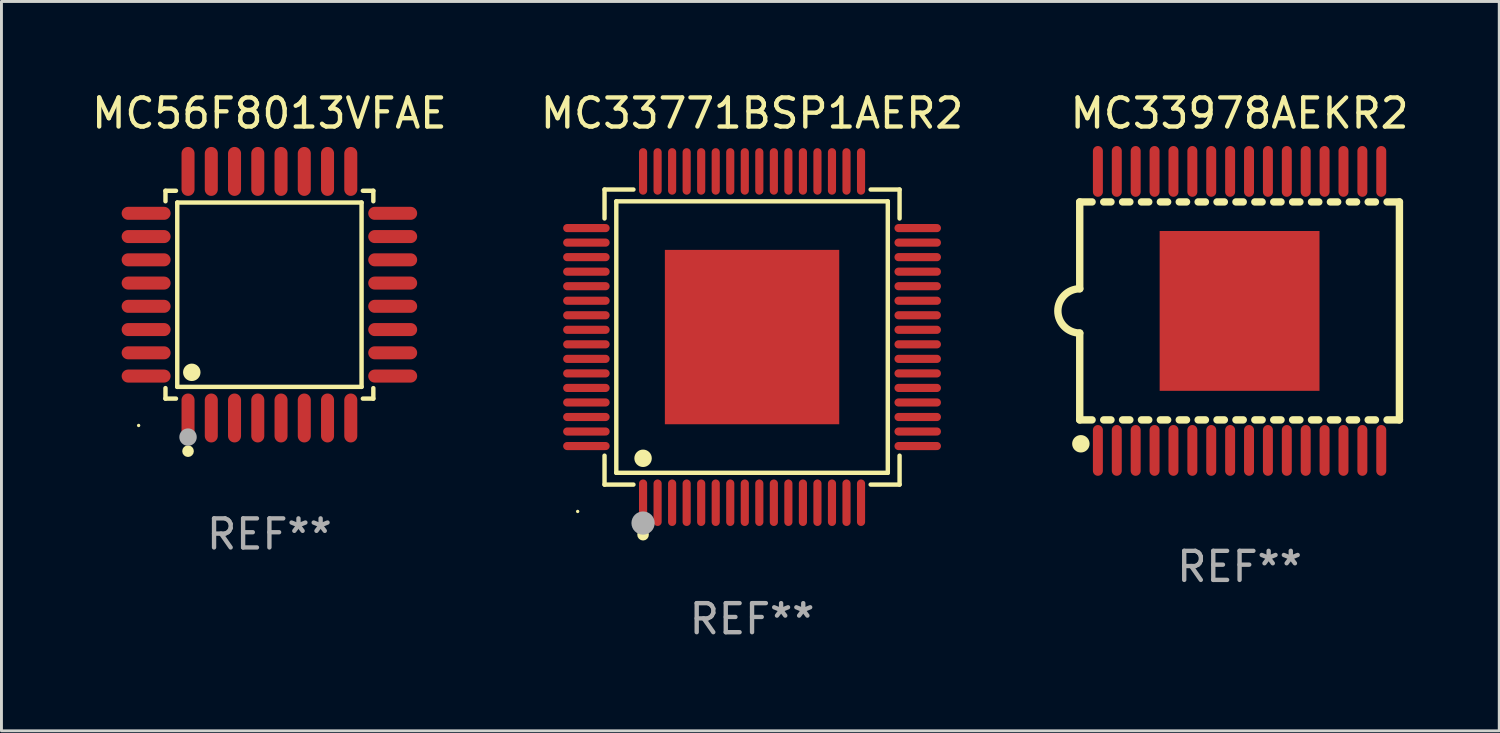
<source format=kicad_pcb>
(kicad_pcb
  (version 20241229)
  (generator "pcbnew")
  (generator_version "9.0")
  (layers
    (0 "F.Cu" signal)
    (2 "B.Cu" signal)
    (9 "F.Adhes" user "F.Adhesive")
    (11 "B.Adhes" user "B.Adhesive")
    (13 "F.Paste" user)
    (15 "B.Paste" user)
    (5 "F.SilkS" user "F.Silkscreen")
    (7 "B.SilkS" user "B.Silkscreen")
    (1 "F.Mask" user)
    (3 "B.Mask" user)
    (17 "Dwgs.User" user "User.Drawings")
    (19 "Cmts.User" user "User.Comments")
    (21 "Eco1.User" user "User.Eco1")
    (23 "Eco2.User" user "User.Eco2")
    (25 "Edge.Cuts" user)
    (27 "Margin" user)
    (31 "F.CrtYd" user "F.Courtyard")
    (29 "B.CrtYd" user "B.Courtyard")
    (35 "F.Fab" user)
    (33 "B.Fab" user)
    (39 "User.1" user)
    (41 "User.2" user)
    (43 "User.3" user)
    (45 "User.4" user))
  (footprint "MC33771BSP1AER2"
    (layer "F.Cu")
    (at 22.827 8.548)
    (property "Reference" "MC33771BSP1AER2" (at 0 -7.7 0) (layer "F.SilkS") (effects (font (size 1 1) (thickness 0.15))))
    (attr through_hole)
    (fp_line (start -5.076 -5.076) (end -4.081 -5.076) (stroke (width 0.152) (type solid)) (layer "F.SilkS"))
    (fp_line (start -5.076 -4.081) (end -5.076 -5.076) (stroke (width 0.152) (type solid)) (layer "F.SilkS"))
    (fp_line (start -5.076 4.081) (end -5.076 5.076) (stroke (width 0.152) (type solid)) (layer "F.SilkS"))
    (fp_line (start -5.076 5.076) (end -4.081 5.076) (stroke (width 0.152) (type solid)) (layer "F.SilkS"))
    (fp_line (start -4.671 -4.671) (end 4.671 -4.671) (stroke (width 0.152) (type solid)) (layer "F.SilkS"))
    (fp_line (start -4.671 4.671) (end -4.671 -4.671) (stroke (width 0.152) (type solid)) (layer "F.SilkS"))
    (fp_line (start 4.671 -4.671) (end 4.671 4.671) (stroke (width 0.152) (type solid)) (layer "F.SilkS"))
    (fp_line (start 4.671 4.671) (end -4.671 4.671) (stroke (width 0.152) (type solid)) (layer "F.SilkS"))
    (fp_line (start 5.076 -5.076) (end 4.081 -5.076) (stroke (width 0.152) (type solid)) (layer "F.SilkS"))
    (fp_line (start 5.076 -4.081) (end 5.076 -5.076) (stroke (width 0.152) (type solid)) (layer "F.SilkS"))
    (fp_line (start 5.076 4.081) (end 5.076 5.076) (stroke (width 0.152) (type solid)) (layer "F.SilkS"))
    (fp_line (start 5.076 5.076) (end 4.081 5.076) (stroke (width 0.152) (type solid)) (layer "F.SilkS"))
    (fp_circle (center -6 6) (end -5.97 6) (stroke (width 0.06) (type solid)) (fill no) (layer "F.SilkS"))
    (fp_circle (center -3.75 4.171) (end -3.6 4.171) (stroke (width 0.3) (type solid)) (fill no) (layer "F.SilkS"))
    (fp_circle (center -3.75 6.8) (end -3.65 6.8) (stroke (width 0.2) (type solid)) (fill no) (layer "F.SilkS"))
    (fp_circle (center -3.75 6.4) (end -3.55 6.4) (stroke (width 0.4) (type solid)) (fill no) (layer "F.Fab"))
    (fp_text user "REF**" (at 0 9.7 0) (layer "F.Fab") (effects (font (size 1 1) (thickness 0.15))))
    (pad "1" smd oval (at -3.75 5.7) (size 0.28 1.6) (layers "F.Cu" "F.Mask" "F.Paste"))
    (pad "2" smd oval (at -3.25 5.7) (size 0.28 1.6) (layers "F.Cu" "F.Mask" "F.Paste"))
    (pad "3" smd oval (at -2.75 5.7) (size 0.28 1.6) (layers "F.Cu" "F.Mask" "F.Paste"))
    (pad "4" smd oval (at -2.25 5.7) (size 0.28 1.6) (layers "F.Cu" "F.Mask" "F.Paste"))
    (pad "5" smd oval (at -1.75 5.7) (size 0.28 1.6) (layers "F.Cu" "F.Mask" "F.Paste"))
    (pad "6" smd oval (at -1.25 5.7) (size 0.28 1.6) (layers "F.Cu" "F.Mask" "F.Paste"))
    (pad "7" smd oval (at -0.75 5.7) (size 0.28 1.6) (layers "F.Cu" "F.Mask" "F.Paste"))
    (pad "8" smd oval (at -0.25 5.7) (size 0.28 1.6) (layers "F.Cu" "F.Mask" "F.Paste"))
    (pad "9" smd oval (at 0.25 5.7) (size 0.28 1.6) (layers "F.Cu" "F.Mask" "F.Paste"))
    (pad "10" smd oval (at 0.75 5.7) (size 0.28 1.6) (layers "F.Cu" "F.Mask" "F.Paste"))
    (pad "11" smd oval (at 1.25 5.7) (size 0.28 1.6) (layers "F.Cu" "F.Mask" "F.Paste"))
    (pad "12" smd oval (at 1.75 5.7) (size 0.28 1.6) (layers "F.Cu" "F.Mask" "F.Paste"))
    (pad "13" smd oval (at 2.25 5.7) (size 0.28 1.6) (layers "F.Cu" "F.Mask" "F.Paste"))
    (pad "14" smd oval (at 2.75 5.7) (size 0.28 1.6) (layers "F.Cu" "F.Mask" "F.Paste"))
    (pad "15" smd oval (at 3.25 5.7) (size 0.28 1.6) (layers "F.Cu" "F.Mask" "F.Paste"))
    (pad "16" smd oval (at 3.75 5.7) (size 0.28 1.6) (layers "F.Cu" "F.Mask" "F.Paste"))
    (pad "17" smd oval (at 5.7 3.75) (size 1.6 0.28) (layers "F.Cu" "F.Mask" "F.Paste"))
    (pad "18" smd oval (at 5.7 3.25) (size 1.6 0.28) (layers "F.Cu" "F.Mask" "F.Paste"))
    (pad "19" smd oval (at 5.7 2.75) (size 1.6 0.28) (layers "F.Cu" "F.Mask" "F.Paste"))
    (pad "20" smd oval (at 5.7 2.25) (size 1.6 0.28) (layers "F.Cu" "F.Mask" "F.Paste"))
    (pad "21" smd oval (at 5.7 1.75) (size 1.6 0.28) (layers "F.Cu" "F.Mask" "F.Paste"))
    (pad "22" smd oval (at 5.7 1.25) (size 1.6 0.28) (layers "F.Cu" "F.Mask" "F.Paste"))
    (pad "23" smd oval (at 5.7 0.75) (size 1.6 0.28) (layers "F.Cu" "F.Mask" "F.Paste"))
    (pad "24" smd oval (at 5.7 0.25) (size 1.6 0.28) (layers "F.Cu" "F.Mask" "F.Paste"))
    (pad "25" smd oval (at 5.7 -0.25) (size 1.6 0.28) (layers "F.Cu" "F.Mask" "F.Paste"))
    (pad "26" smd oval (at 5.7 -0.75) (size 1.6 0.28) (layers "F.Cu" "F.Mask" "F.Paste"))
    (pad "27" smd oval (at 5.7 -1.25) (size 1.6 0.28) (layers "F.Cu" "F.Mask" "F.Paste"))
    (pad "28" smd oval (at 5.7 -1.75) (size 1.6 0.28) (layers "F.Cu" "F.Mask" "F.Paste"))
    (pad "29" smd oval (at 5.7 -2.25) (size 1.6 0.28) (layers "F.Cu" "F.Mask" "F.Paste"))
    (pad "30" smd oval (at 5.7 -2.75) (size 1.6 0.28) (layers "F.Cu" "F.Mask" "F.Paste"))
    (pad "31" smd oval (at 5.7 -3.25) (size 1.6 0.28) (layers "F.Cu" "F.Mask" "F.Paste"))
    (pad "32" smd oval (at 5.7 -3.75) (size 1.6 0.28) (layers "F.Cu" "F.Mask" "F.Paste"))
    (pad "33" smd oval (at 3.75 -5.7) (size 0.28 1.6) (layers "F.Cu" "F.Mask" "F.Paste"))
    (pad "34" smd oval (at 3.25 -5.7) (size 0.28 1.6) (layers "F.Cu" "F.Mask" "F.Paste"))
    (pad "35" smd oval (at 2.75 -5.7) (size 0.28 1.6) (layers "F.Cu" "F.Mask" "F.Paste"))
    (pad "36" smd oval (at 2.25 -5.7) (size 0.28 1.6) (layers "F.Cu" "F.Mask" "F.Paste"))
    (pad "37" smd oval (at 1.75 -5.7) (size 0.28 1.6) (layers "F.Cu" "F.Mask" "F.Paste"))
    (pad "38" smd oval (at 1.25 -5.7) (size 0.28 1.6) (layers "F.Cu" "F.Mask" "F.Paste"))
    (pad "39" smd oval (at 0.75 -5.7) (size 0.28 1.6) (layers "F.Cu" "F.Mask" "F.Paste"))
    (pad "40" smd oval (at 0.25 -5.7) (size 0.28 1.6) (layers "F.Cu" "F.Mask" "F.Paste"))
    (pad "41" smd oval (at -0.25 -5.7) (size 0.28 1.6) (layers "F.Cu" "F.Mask" "F.Paste"))
    (pad "42" smd oval (at -0.75 -5.7) (size 0.28 1.6) (layers "F.Cu" "F.Mask" "F.Paste"))
    (pad "43" smd oval (at -1.25 -5.7) (size 0.28 1.6) (layers "F.Cu" "F.Mask" "F.Paste"))
    (pad "44" smd oval (at -1.75 -5.7) (size 0.28 1.6) (layers "F.Cu" "F.Mask" "F.Paste"))
    (pad "45" smd oval (at -2.25 -5.7) (size 0.28 1.6) (layers "F.Cu" "F.Mask" "F.Paste"))
    (pad "46" smd oval (at -2.75 -5.7) (size 0.28 1.6) (layers "F.Cu" "F.Mask" "F.Paste"))
    (pad "47" smd oval (at -3.25 -5.7) (size 0.28 1.6) (layers "F.Cu" "F.Mask" "F.Paste"))
    (pad "48" smd oval (at -3.75 -5.7) (size 0.28 1.6) (layers "F.Cu" "F.Mask" "F.Paste"))
    (pad "49" smd oval (at -5.7 -3.75) (size 1.6 0.28) (layers "F.Cu" "F.Mask" "F.Paste"))
    (pad "50" smd oval (at -5.7 -3.25) (size 1.6 0.28) (layers "F.Cu" "F.Mask" "F.Paste"))
    (pad "51" smd oval (at -5.7 -2.75) (size 1.6 0.28) (layers "F.Cu" "F.Mask" "F.Paste"))
    (pad "52" smd oval (at -5.7 -2.25) (size 1.6 0.28) (layers "F.Cu" "F.Mask" "F.Paste"))
    (pad "53" smd oval (at -5.7 -1.75) (size 1.6 0.28) (layers "F.Cu" "F.Mask" "F.Paste"))
    (pad "54" smd oval (at -5.7 -1.25) (size 1.6 0.28) (layers "F.Cu" "F.Mask" "F.Paste"))
    (pad "55" smd oval (at -5.7 -0.75) (size 1.6 0.28) (layers "F.Cu" "F.Mask" "F.Paste"))
    (pad "56" smd oval (at -5.7 -0.25) (size 1.6 0.28) (layers "F.Cu" "F.Mask" "F.Paste"))
    (pad "57" smd oval (at -5.7 0.25) (size 1.6 0.28) (layers "F.Cu" "F.Mask" "F.Paste"))
    (pad "58" smd oval (at -5.7 0.75) (size 1.6 0.28) (layers "F.Cu" "F.Mask" "F.Paste"))
    (pad "59" smd oval (at -5.7 1.25) (size 1.6 0.28) (layers "F.Cu" "F.Mask" "F.Paste"))
    (pad "60" smd oval (at -5.7 1.75) (size 1.6 0.28) (layers "F.Cu" "F.Mask" "F.Paste"))
    (pad "61" smd oval (at -5.7 2.25) (size 1.6 0.28) (layers "F.Cu" "F.Mask" "F.Paste"))
    (pad "62" smd oval (at -5.7 2.75) (size 1.6 0.28) (layers "F.Cu" "F.Mask" "F.Paste"))
    (pad "63" smd oval (at -5.7 3.25) (size 1.6 0.28) (layers "F.Cu" "F.Mask" "F.Paste"))
    (pad "64" smd oval (at -5.7 3.75) (size 1.6 0.28) (layers "F.Cu" "F.Mask" "F.Paste"))
    (pad "65" smd rect (at 0 0) (size 6 6) (layers "F.Cu" "F.Mask" "F.Paste")))
  (footprint "MC33978AEKR2"
    (layer "F.Cu")
    (at 39.602 7.648)
    (property "Reference" "MC33978AEKR2" (at 0 -6.8 0) (layer "F.SilkS") (effects (font (size 1 1) (thickness 0.15))))
    (attr through_hole)
    (fp_line (start -5.5 -3.75) (end -5.5 -0.762) (stroke (width 0.254) (type solid)) (layer "F.SilkS"))
    (fp_line (start -5.5 -3.75) (end -5.075 -3.75) (stroke (width 0.254) (type solid)) (layer "F.SilkS"))
    (fp_line (start -5.5 3.75) (end -5.5 0.762) (stroke (width 0.254) (type solid)) (layer "F.SilkS"))
    (fp_line (start -5.5 3.75) (end -5.075 3.75) (stroke (width 0.254) (type solid)) (layer "F.SilkS"))
    (fp_line (start -4.675 -3.75) (end -4.425 -3.75) (stroke (width 0.254) (type solid)) (layer "F.SilkS"))
    (fp_line (start -4.675 3.75) (end -4.425 3.75) (stroke (width 0.254) (type solid)) (layer "F.SilkS"))
    (fp_line (start -4.026 -3.75) (end -3.775 -3.75) (stroke (width 0.254) (type solid)) (layer "F.SilkS"))
    (fp_line (start -4.026 3.75) (end -3.775 3.75) (stroke (width 0.254) (type solid)) (layer "F.SilkS"))
    (fp_line (start -3.376 -3.75) (end -3.125 -3.75) (stroke (width 0.254) (type solid)) (layer "F.SilkS"))
    (fp_line (start -3.376 3.75) (end -3.125 3.75) (stroke (width 0.254) (type solid)) (layer "F.SilkS"))
    (fp_line (start -2.726 -3.75) (end -2.475 -3.75) (stroke (width 0.254) (type solid)) (layer "F.SilkS"))
    (fp_line (start -2.726 3.75) (end -2.475 3.75) (stroke (width 0.254) (type solid)) (layer "F.SilkS"))
    (fp_line (start -2.076 -3.75) (end -1.825 -3.75) (stroke (width 0.254) (type solid)) (layer "F.SilkS"))
    (fp_line (start -2.076 3.75) (end -1.825 3.75) (stroke (width 0.254) (type solid)) (layer "F.SilkS"))
    (fp_line (start -1.426 -3.75) (end -1.175 -3.75) (stroke (width 0.254) (type solid)) (layer "F.SilkS"))
    (fp_line (start -1.426 3.75) (end -1.175 3.75) (stroke (width 0.254) (type solid)) (layer "F.SilkS"))
    (fp_line (start -0.776 -3.75) (end -0.524 -3.75) (stroke (width 0.254) (type solid)) (layer "F.SilkS"))
    (fp_line (start -0.776 3.75) (end -0.524 3.75) (stroke (width 0.254) (type solid)) (layer "F.SilkS"))
    (fp_line (start -0.125 -3.75) (end 0.126 -3.75) (stroke (width 0.254) (type solid)) (layer "F.SilkS"))
    (fp_line (start -0.125 3.75) (end 0.126 3.75) (stroke (width 0.254) (type solid)) (layer "F.SilkS"))
    (fp_line (start 0.525 -3.75) (end 0.776 -3.75) (stroke (width 0.254) (type solid)) (layer "F.SilkS"))
    (fp_line (start 0.525 3.75) (end 0.776 3.75) (stroke (width 0.254) (type solid)) (layer "F.SilkS"))
    (fp_line (start 1.175 -3.75) (end 1.426 -3.75) (stroke (width 0.254) (type solid)) (layer "F.SilkS"))
    (fp_line (start 1.175 3.75) (end 1.426 3.75) (stroke (width 0.254) (type solid)) (layer "F.SilkS"))
    (fp_line (start 1.825 -3.75) (end 2.076 -3.75) (stroke (width 0.254) (type solid)) (layer "F.SilkS"))
    (fp_line (start 1.825 3.75) (end 2.076 3.75) (stroke (width 0.254) (type solid)) (layer "F.SilkS"))
    (fp_line (start 2.475 -3.75) (end 2.726 -3.75) (stroke (width 0.254) (type solid)) (layer "F.SilkS"))
    (fp_line (start 2.475 3.75) (end 2.726 3.75) (stroke (width 0.254) (type solid)) (layer "F.SilkS"))
    (fp_line (start 3.125 -3.75) (end 3.376 -3.75) (stroke (width 0.254) (type solid)) (layer "F.SilkS"))
    (fp_line (start 3.125 3.75) (end 3.376 3.75) (stroke (width 0.254) (type solid)) (layer "F.SilkS"))
    (fp_line (start 3.775 -3.75) (end 4.026 -3.75) (stroke (width 0.254) (type solid)) (layer "F.SilkS"))
    (fp_line (start 3.775 3.75) (end 4.026 3.75) (stroke (width 0.254) (type solid)) (layer "F.SilkS"))
    (fp_line (start 4.425 -3.75) (end 4.675 -3.75) (stroke (width 0.254) (type solid)) (layer "F.SilkS"))
    (fp_line (start 4.425 3.75) (end 4.675 3.75) (stroke (width 0.254) (type solid)) (layer "F.SilkS"))
    (fp_line (start 5.075 -3.75) (end 5.5 -3.75) (stroke (width 0.254) (type solid)) (layer "F.SilkS"))
    (fp_line (start 5.075 3.75) (end 5.5 3.75) (stroke (width 0.254) (type solid)) (layer "F.SilkS"))
    (fp_line (start 5.5 -3.75) (end 5.5 3.75) (stroke (width 0.254) (type solid)) (layer "F.SilkS"))
    (fp_arc (start -5.5 0.762002) (mid -6.261164 -0.000507) (end -5.499112 -0.762129) (stroke (width 0.254001) (type solid)) (layer "F.SilkS"))
    (fp_circle (center -5.461 4.572) (end -5.311 4.572) (stroke (width 0.3) (type solid)) (fill no) (layer "F.SilkS"))
    (fp_text user "REF**" (at 0 8.8 0) (layer "F.Fab") (effects (font (size 1 1) (thickness 0.15))))
    (pad "1" smd oval (at -4.875 4.8) (size 0.343 1.747) (layers "F.Cu" "F.Mask" "F.Paste"))
    (pad "2" smd oval (at -4.225 4.8) (size 0.343 1.747) (layers "F.Cu" "F.Mask" "F.Paste"))
    (pad "3" smd oval (at -3.575 4.8) (size 0.343 1.747) (layers "F.Cu" "F.Mask" "F.Paste"))
    (pad "4" smd oval (at -2.925 4.8) (size 0.343 1.747) (layers "F.Cu" "F.Mask" "F.Paste"))
    (pad "5" smd oval (at -2.275 4.8) (size 0.343 1.747) (layers "F.Cu" "F.Mask" "F.Paste"))
    (pad "6" smd oval (at -1.625 4.8) (size 0.343 1.747) (layers "F.Cu" "F.Mask" "F.Paste"))
    (pad "7" smd oval (at -0.975 4.8) (size 0.343 1.747) (layers "F.Cu" "F.Mask" "F.Paste"))
    (pad "8" smd oval (at -0.325 4.8) (size 0.343 1.747) (layers "F.Cu" "F.Mask" "F.Paste"))
    (pad "9" smd oval (at 0.325 4.8) (size 0.343 1.747) (layers "F.Cu" "F.Mask" "F.Paste"))
    (pad "10" smd oval (at 0.975 4.8) (size 0.343 1.747) (layers "F.Cu" "F.Mask" "F.Paste"))
    (pad "11" smd oval (at 1.625 4.8) (size 0.343 1.747) (layers "F.Cu" "F.Mask" "F.Paste"))
    (pad "12" smd oval (at 2.275 4.8) (size 0.343 1.747) (layers "F.Cu" "F.Mask" "F.Paste"))
    (pad "13" smd oval (at 2.925 4.8) (size 0.343 1.747) (layers "F.Cu" "F.Mask" "F.Paste"))
    (pad "14" smd oval (at 3.575 4.8) (size 0.343 1.747) (layers "F.Cu" "F.Mask" "F.Paste"))
    (pad "15" smd oval (at 4.225 4.8) (size 0.343 1.747) (layers "F.Cu" "F.Mask" "F.Paste"))
    (pad "16" smd oval (at 4.875 4.8) (size 0.343 1.747) (layers "F.Cu" "F.Mask" "F.Paste"))
    (pad "17" smd oval (at 4.875 -4.8) (size 0.343 1.747) (layers "F.Cu" "F.Mask" "F.Paste"))
    (pad "18" smd oval (at 4.225 -4.8) (size 0.343 1.747) (layers "F.Cu" "F.Mask" "F.Paste"))
    (pad "19" smd oval (at 3.575 -4.8) (size 0.343 1.747) (layers "F.Cu" "F.Mask" "F.Paste"))
    (pad "20" smd oval (at 2.925 -4.8) (size 0.343 1.747) (layers "F.Cu" "F.Mask" "F.Paste"))
    (pad "21" smd oval (at 2.275 -4.8) (size 0.343 1.747) (layers "F.Cu" "F.Mask" "F.Paste"))
    (pad "22" smd oval (at 1.625 -4.8) (size 0.343 1.747) (layers "F.Cu" "F.Mask" "F.Paste"))
    (pad "23" smd oval (at 0.975 -4.8) (size 0.343 1.747) (layers "F.Cu" "F.Mask" "F.Paste"))
    (pad "24" smd oval (at 0.325 -4.8) (size 0.343 1.747) (layers "F.Cu" "F.Mask" "F.Paste"))
    (pad "25" smd oval (at -0.325 -4.8) (size 0.343 1.747) (layers "F.Cu" "F.Mask" "F.Paste"))
    (pad "26" smd oval (at -0.975 -4.8) (size 0.343 1.747) (layers "F.Cu" "F.Mask" "F.Paste"))
    (pad "27" smd oval (at -1.625 -4.8) (size 0.343 1.747) (layers "F.Cu" "F.Mask" "F.Paste"))
    (pad "28" smd oval (at -2.275 -4.8) (size 0.343 1.747) (layers "F.Cu" "F.Mask" "F.Paste"))
    (pad "29" smd oval (at -2.925 -4.8) (size 0.343 1.747) (layers "F.Cu" "F.Mask" "F.Paste"))
    (pad "30" smd oval (at -3.575 -4.8) (size 0.343 1.747) (layers "F.Cu" "F.Mask" "F.Paste"))
    (pad "31" smd oval (at -4.225 -4.8) (size 0.343 1.747) (layers "F.Cu" "F.Mask" "F.Paste"))
    (pad "32" smd oval (at -4.875 -4.8) (size 0.343 1.747) (layers "F.Cu" "F.Mask" "F.Paste"))
    (pad "33" smd rect (at 0 0 90) (size 5.5 5.5) (layers "F.Cu" "F.Mask" "F.Paste")))
  (footprint "MC56F8013VFAE"
    (layer "F.Cu")
    (at 6.22 7.09)
    (property "Reference" "MC56F8013VFAE" (at 0 -6.242 0) (layer "F.SilkS") (effects (font (size 1 1) (thickness 0.15))))
    (attr through_hole)
    (fp_line (start -3.576 -3.576) (end -3.215 -3.576) (stroke (width 0.152) (type solid)) (layer "F.SilkS"))
    (fp_line (start -3.576 -3.215) (end -3.576 -3.576) (stroke (width 0.152) (type solid)) (layer "F.SilkS"))
    (fp_line (start -3.576 3.215) (end -3.576 3.576) (stroke (width 0.152) (type solid)) (layer "F.SilkS"))
    (fp_line (start -3.576 3.576) (end -3.215 3.576) (stroke (width 0.152) (type solid)) (layer "F.SilkS"))
    (fp_line (start -3.171 -3.171) (end 3.171 -3.171) (stroke (width 0.152) (type solid)) (layer "F.SilkS"))
    (fp_line (start -3.171 3.171) (end -3.171 -3.171) (stroke (width 0.152) (type solid)) (layer "F.SilkS"))
    (fp_line (start 3.171 -3.171) (end 3.171 3.171) (stroke (width 0.152) (type solid)) (layer "F.SilkS"))
    (fp_line (start 3.171 3.171) (end -3.171 3.171) (stroke (width 0.152) (type solid)) (layer "F.SilkS"))
    (fp_line (start 3.576 -3.576) (end 3.215 -3.576) (stroke (width 0.152) (type solid)) (layer "F.SilkS"))
    (fp_line (start 3.576 -3.215) (end 3.576 -3.576) (stroke (width 0.152) (type solid)) (layer "F.SilkS"))
    (fp_line (start 3.576 3.215) (end 3.576 3.576) (stroke (width 0.152) (type solid)) (layer "F.SilkS"))
    (fp_line (start 3.576 3.576) (end 3.215 3.576) (stroke (width 0.152) (type solid)) (layer "F.SilkS"))
    (fp_circle (center -4.5 4.5) (end -4.47 4.5) (stroke (width 0.06) (type solid)) (fill no) (layer "F.SilkS"))
    (fp_circle (center -2.8 5.384) (end -2.7 5.384) (stroke (width 0.2) (type solid)) (fill no) (layer "F.SilkS"))
    (fp_circle (center -2.671 2.671) (end -2.521 2.671) (stroke (width 0.3) (type solid)) (fill no) (layer "F.SilkS"))
    (fp_circle (center -2.8 4.9) (end -2.65 4.9) (stroke (width 0.3) (type solid)) (fill no) (layer "F.Fab"))
    (fp_text user "REF**" (at 0 8.242 0) (layer "F.Fab") (effects (font (size 1 1) (thickness 0.15))))
    (pad "1" smd oval (at -2.8 4.242) (size 0.448 1.684) (layers "F.Cu" "F.Mask" "F.Paste"))
    (pad "2" smd oval (at -2 4.242) (size 0.448 1.684) (layers "F.Cu" "F.Mask" "F.Paste"))
    (pad "3" smd oval (at -1.2 4.242) (size 0.448 1.684) (layers "F.Cu" "F.Mask" "F.Paste"))
    (pad "4" smd oval (at -0.4 4.242) (size 0.448 1.684) (layers "F.Cu" "F.Mask" "F.Paste"))
    (pad "5" smd oval (at 0.4 4.242) (size 0.448 1.684) (layers "F.Cu" "F.Mask" "F.Paste"))
    (pad "6" smd oval (at 1.2 4.242) (size 0.448 1.684) (layers "F.Cu" "F.Mask" "F.Paste"))
    (pad "7" smd oval (at 2 4.242) (size 0.448 1.684) (layers "F.Cu" "F.Mask" "F.Paste"))
    (pad "8" smd oval (at 2.8 4.242) (size 0.448 1.684) (layers "F.Cu" "F.Mask" "F.Paste"))
    (pad "9" smd oval (at 4.242 2.8) (size 1.684 0.448) (layers "F.Cu" "F.Mask" "F.Paste"))
    (pad "10" smd oval (at 4.242 2) (size 1.684 0.448) (layers "F.Cu" "F.Mask" "F.Paste"))
    (pad "11" smd oval (at 4.242 1.2) (size 1.684 0.448) (layers "F.Cu" "F.Mask" "F.Paste"))
    (pad "12" smd oval (at 4.242 0.4) (size 1.684 0.448) (layers "F.Cu" "F.Mask" "F.Paste"))
    (pad "13" smd oval (at 4.242 -0.4) (size 1.684 0.448) (layers "F.Cu" "F.Mask" "F.Paste"))
    (pad "14" smd oval (at 4.242 -1.2) (size 1.684 0.448) (layers "F.Cu" "F.Mask" "F.Paste"))
    (pad "15" smd oval (at 4.242 -2) (size 1.684 0.448) (layers "F.Cu" "F.Mask" "F.Paste"))
    (pad "16" smd oval (at 4.242 -2.8) (size 1.684 0.448) (layers "F.Cu" "F.Mask" "F.Paste"))
    (pad "17" smd oval (at 2.8 -4.242) (size 0.448 1.684) (layers "F.Cu" "F.Mask" "F.Paste"))
    (pad "18" smd oval (at 2 -4.242) (size 0.448 1.684) (layers "F.Cu" "F.Mask" "F.Paste"))
    (pad "19" smd oval (at 1.2 -4.242) (size 0.448 1.684) (layers "F.Cu" "F.Mask" "F.Paste"))
    (pad "20" smd oval (at 0.4 -4.242) (size 0.448 1.684) (layers "F.Cu" "F.Mask" "F.Paste"))
    (pad "21" smd oval (at -0.4 -4.242) (size 0.448 1.684) (layers "F.Cu" "F.Mask" "F.Paste"))
    (pad "22" smd oval (at -1.2 -4.242) (size 0.448 1.684) (layers "F.Cu" "F.Mask" "F.Paste"))
    (pad "23" smd oval (at -2 -4.242) (size 0.448 1.684) (layers "F.Cu" "F.Mask" "F.Paste"))
    (pad "24" smd oval (at -2.8 -4.242) (size 0.448 1.684) (layers "F.Cu" "F.Mask" "F.Paste"))
    (pad "25" smd oval (at -4.242 -2.8) (size 1.684 0.448) (layers "F.Cu" "F.Mask" "F.Paste"))
    (pad "26" smd oval (at -4.242 -2) (size 1.684 0.448) (layers "F.Cu" "F.Mask" "F.Paste"))
    (pad "27" smd oval (at -4.242 -1.2) (size 1.684 0.448) (layers "F.Cu" "F.Mask" "F.Paste"))
    (pad "28" smd oval (at -4.242 -0.4) (size 1.684 0.448) (layers "F.Cu" "F.Mask" "F.Paste"))
    (pad "29" smd oval (at -4.242 0.4) (size 1.684 0.448) (layers "F.Cu" "F.Mask" "F.Paste"))
    (pad "30" smd oval (at -4.242 1.2) (size 1.684 0.448) (layers "F.Cu" "F.Mask" "F.Paste"))
    (pad "31" smd oval (at -4.242 2) (size 1.684 0.448) (layers "F.Cu" "F.Mask" "F.Paste"))
    (pad "32" smd oval (at -4.242 2.8) (size 1.684 0.448) (layers "F.Cu" "F.Mask" "F.Paste")))
  (gr_rect
    (start -3 -3)
    (end 48.537 22.097)
    (stroke (width 0.1) (type default))
    (fill no)
    (layer "Edge.Cuts")))
</source>
